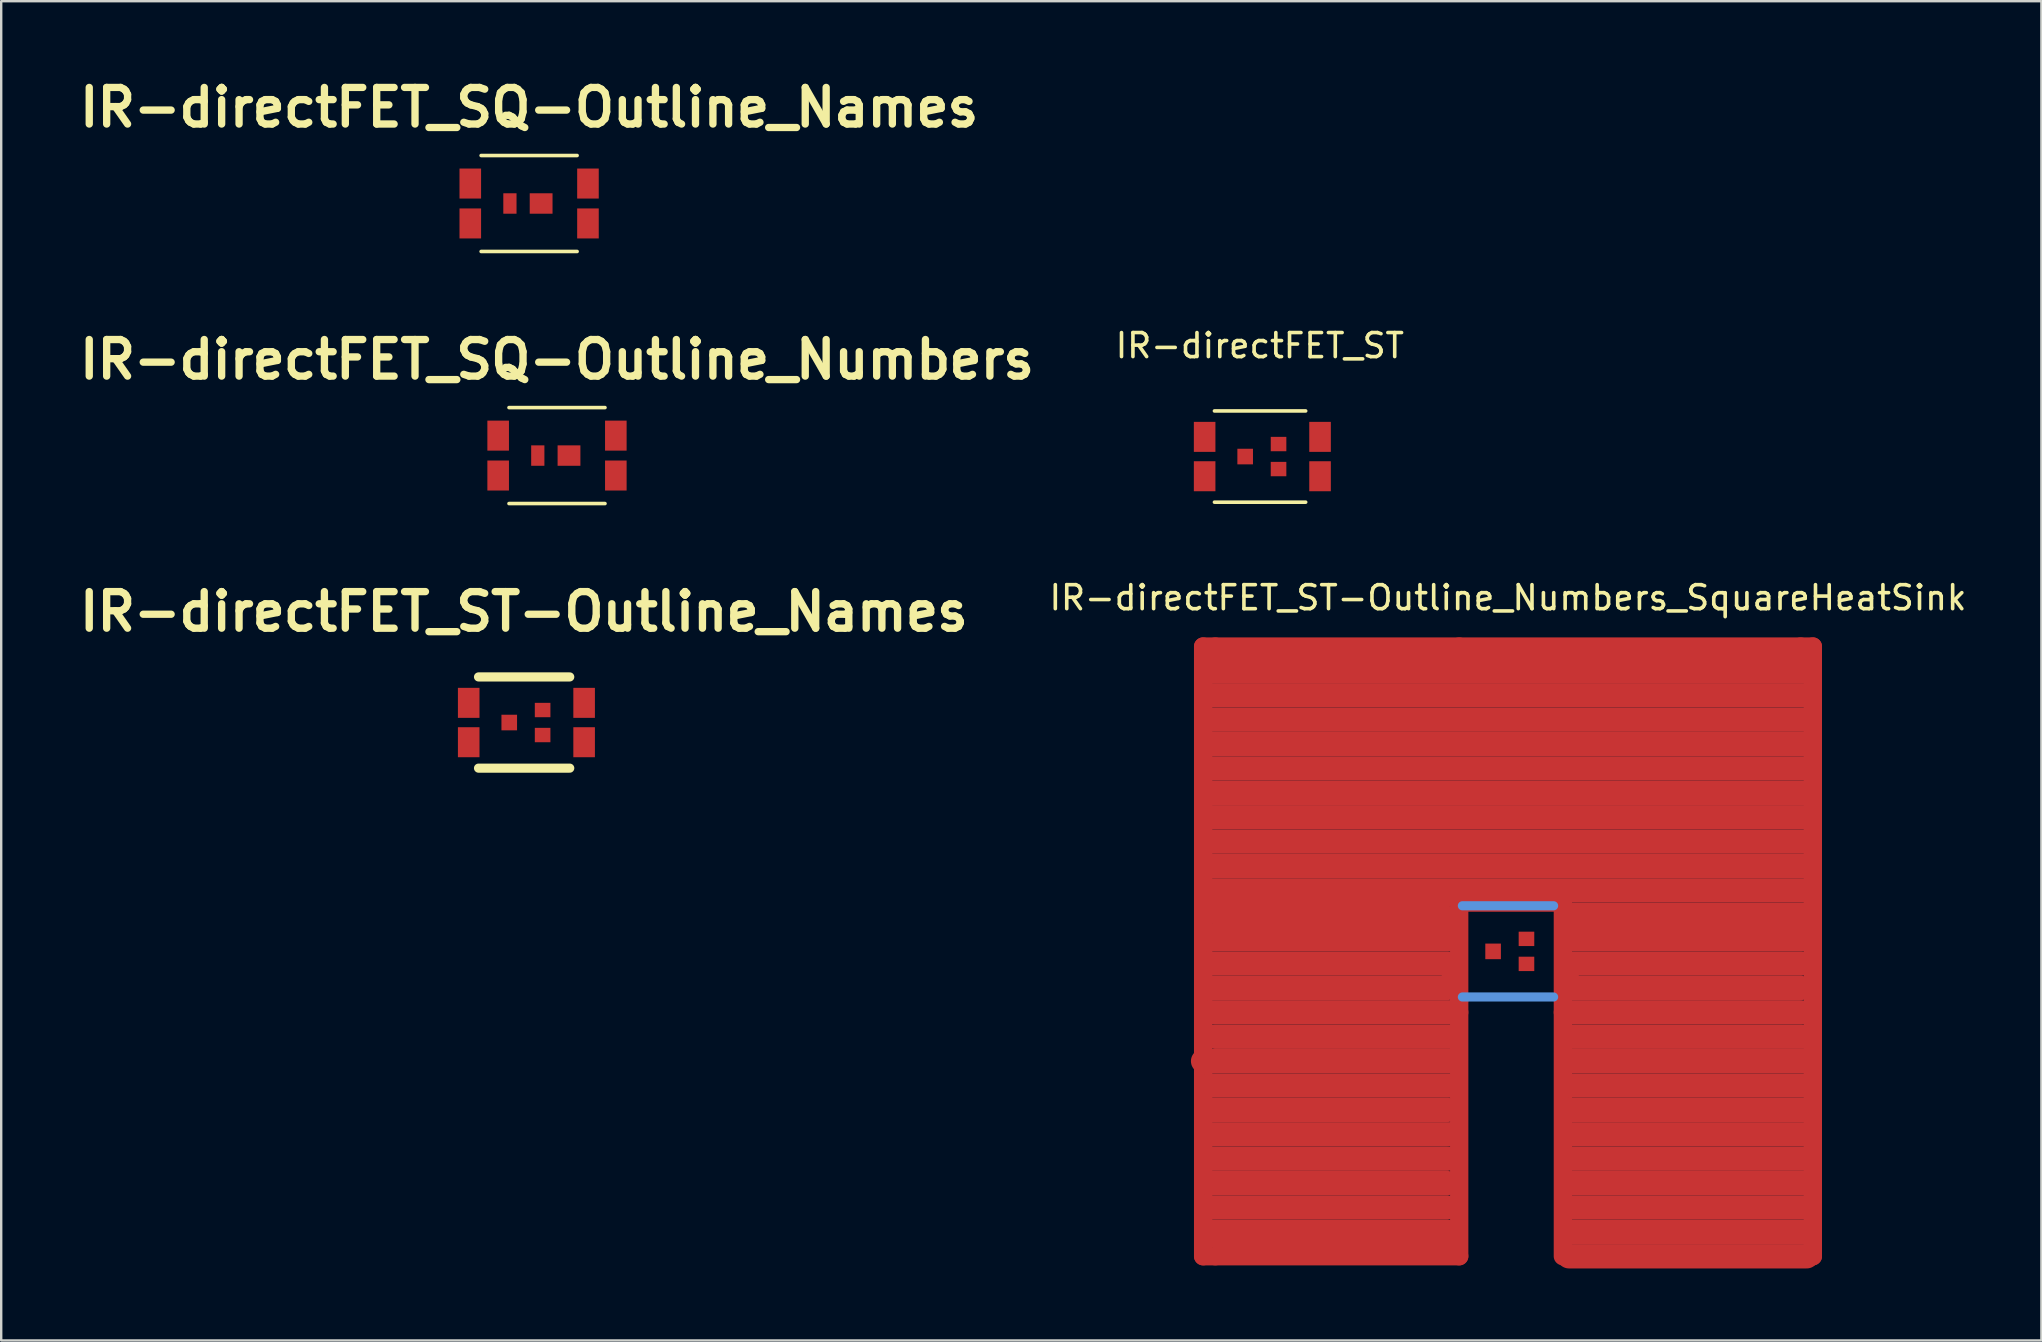
<source format=kicad_pcb>
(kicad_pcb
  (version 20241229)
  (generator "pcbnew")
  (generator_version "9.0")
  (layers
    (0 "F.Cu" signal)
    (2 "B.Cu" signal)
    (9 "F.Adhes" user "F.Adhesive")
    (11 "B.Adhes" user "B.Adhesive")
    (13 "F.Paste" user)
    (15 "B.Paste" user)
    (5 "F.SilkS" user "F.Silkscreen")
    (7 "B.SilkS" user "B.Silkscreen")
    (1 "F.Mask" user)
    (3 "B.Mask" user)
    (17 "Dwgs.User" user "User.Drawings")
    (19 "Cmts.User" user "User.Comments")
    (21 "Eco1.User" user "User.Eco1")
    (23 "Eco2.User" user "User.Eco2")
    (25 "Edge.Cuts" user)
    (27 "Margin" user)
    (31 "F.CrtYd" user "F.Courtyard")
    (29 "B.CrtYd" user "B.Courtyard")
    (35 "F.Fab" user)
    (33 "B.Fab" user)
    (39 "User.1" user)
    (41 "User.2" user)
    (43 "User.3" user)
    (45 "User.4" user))
  (footprint "IR-directFET_ST-Outline_Names"
    (layer "F.Cu")
    (at 18.784 27.049)
    (property "Reference" "IR-directFET_ST-Outline_Names" (at -0.01 -4.62 0) (layer "F.SilkS") (effects (font (size 1.524 1.524) (thickness 0.305))))
    (attr through_hole)
    (fp_line (start -1.9 -1.9) (end 1.9 -1.9) (stroke (width 0.381) (type solid)) (layer "F.SilkS"))
    (fp_line (start -1.9 1.9) (end 1.9 1.9) (stroke (width 0.381) (type solid)) (layer "F.SilkS"))
    (pad "D" smd rect (at -2.309 -0.82) (size 0.899 1.25) (layers "F.Cu" "F.Mask" "F.Paste"))
    (pad "D" smd rect (at -2.309 0.82) (size 0.899 1.25) (layers "F.Cu" "F.Mask" "F.Paste"))
    (pad "D" smd rect (at 2.499 -0.82) (size 0.899 1.25) (layers "F.Cu" "F.Mask" "F.Paste"))
    (pad "D" smd rect (at 2.499 0.82) (size 0.899 1.25) (layers "F.Cu" "F.Mask" "F.Paste"))
    (pad "G" smd rect (at -0.62 0) (size 0.65 0.65) (layers "F.Cu" "F.Mask" "F.Paste"))
    (pad "S" smd rect (at 0.77 -0.521) (size 0.65 0.599) (layers "F.Cu" "F.Mask" "F.Paste"))
    (pad "S" smd rect (at 0.77 0.521) (size 0.65 0.599) (layers "F.Cu" "F.Mask" "F.Paste")))
  (footprint "IR-directFET_SQ-Outline_Numbers"
    (layer "F.Cu")
    (at 20.153 15.928)
    (property "Reference" "IR-directFET_SQ-Outline_Numbers" (at 0 -4 0) (layer "F.SilkS") (effects (font (size 1.524 1.524) (thickness 0.305))))
    (attr through_hole)
    (fp_line (start -1.999 -1.999) (end 1.999 -1.999) (stroke (width 0.15) (type solid)) (layer "F.SilkS"))
    (fp_line (start 1.999 1.999) (end -1.999 1.999) (stroke (width 0.15) (type solid)) (layer "F.SilkS"))
    (pad "1" smd rect (at 2.451 -0.831) (size 0.899 1.25) (layers "F.Cu" "F.Mask" "F.Paste"))
    (pad "2" smd rect (at 2.451 0.831) (size 0.899 1.25) (layers "F.Cu" "F.Mask" "F.Paste"))
    (pad "3" smd rect (at 0.5 0) (size 0.95 0.851) (layers "F.Cu" "F.Mask" "F.Paste"))
    (pad "4" smd rect (at -0.8 0) (size 0.551 0.851) (layers "F.Cu" "F.Mask" "F.Paste"))
    (pad "5" smd rect (at -2.451 -0.831) (size 0.899 1.25) (layers "F.Cu" "F.Mask" "F.Paste"))
    (pad "6" smd rect (at -2.451 0.831) (size 0.899 1.25) (layers "F.Cu" "F.Mask" "F.Paste")))
  (footprint "IR-directFET_ST"
    (layer "F.Cu")
    (at 49.441 15.969)
    (property "Reference" "IR-directFET_ST" (at -0.01 -4.62 0) (layer "F.SilkS") (effects (font (size 1 1) (thickness 0.15))))
    (attr through_hole)
    (fp_line (start -1.9 -1.9) (end 1.9 -1.9) (stroke (width 0.15) (type solid)) (layer "F.SilkS"))
    (fp_line (start -1.9 1.9) (end 1.9 1.9) (stroke (width 0.15) (type solid)) (layer "F.SilkS"))
    (pad "1" smd rect (at 2.499 -0.82) (size 0.899 1.25) (layers "F.Cu" "F.Mask" "F.Paste"))
    (pad "3" smd rect (at 2.499 0.82) (size 0.899 1.25) (layers "F.Cu" "F.Mask" "F.Paste"))
    (pad "4" smd rect (at 0.77 -0.521) (size 0.65 0.599) (layers "F.Cu" "F.Mask" "F.Paste"))
    (pad "4" smd rect (at 0.77 0.521) (size 0.65 0.599) (layers "F.Cu" "F.Mask" "F.Paste"))
    (pad "5" smd rect (at -0.62 0) (size 0.65 0.65) (layers "F.Cu" "F.Mask" "F.Paste"))
    (pad "6" smd rect (at -2.309 -0.82) (size 0.899 1.25) (layers "F.Cu" "F.Mask" "F.Paste"))
    (pad "7" smd rect (at -2.309 0.82) (size 0.899 1.25) (layers "F.Cu" "F.Mask" "F.Paste")))
  (footprint "IR-directFET_SQ-Outline_Names"
    (layer "F.Cu")
    (at 18.992 5.427)
    (property "Reference" "IR-directFET_SQ-Outline_Names" (at 0 -4 0) (layer "F.SilkS") (effects (font (size 1.524 1.524) (thickness 0.305))))
    (attr through_hole)
    (fp_line (start -1.999 -1.999) (end 1.999 -1.999) (stroke (width 0.15) (type solid)) (layer "F.SilkS"))
    (fp_line (start 1.999 1.999) (end -1.999 1.999) (stroke (width 0.15) (type solid)) (layer "F.SilkS"))
    (pad "D" smd rect (at -2.451 -0.831) (size 0.899 1.25) (layers "F.Cu" "F.Mask" "F.Paste"))
    (pad "D" smd rect (at -2.451 0.831) (size 0.899 1.25) (layers "F.Cu" "F.Mask" "F.Paste"))
    (pad "D" smd rect (at 2.451 -0.831) (size 0.899 1.25) (layers "F.Cu" "F.Mask" "F.Paste"))
    (pad "D" smd rect (at 2.451 0.831) (size 0.899 1.25) (layers "F.Cu" "F.Mask" "F.Paste"))
    (pad "G" smd rect (at -0.8 0) (size 0.551 0.851) (layers "F.Cu" "F.Mask" "F.Paste"))
    (pad "S" smd rect (at 0.5 0) (size 0.95 0.851) (layers "F.Cu" "F.Mask" "F.Paste")))
  (footprint "IR-directFET_ST-Outline_Numbers_SquareHeatSink"
    (layer "F.Cu")
    (at 59.769 36.582)
    (property "Reference" "IR-directFET_ST-Outline_Numbers_SquareHeatSink" (at 0 -14.732 0) (layer "F.SilkS") (effects (font (size 1 1) (thickness 0.15))))
    (attr through_hole)
    (fp_line (start -12.7 -12.7) (end -12.7 -12.192) (stroke (width 0.762) (type solid)) (layer "F.Cu"))
    (fp_line (start -12.7 -12.192) (end -12.7 12.192) (stroke (width 0.762) (type solid)) (layer "F.Cu"))
    (fp_line (start -12.7 4.572) (end -2.286 4.572) (stroke (width 1.016) (type solid)) (layer "F.Cu"))
    (fp_line (start -12.7 12.192) (end -12.7 12.7) (stroke (width 0.762) (type solid)) (layer "F.Cu"))
    (fp_line (start -12.7 12.7) (end -12.192 12.7) (stroke (width 0.762) (type solid)) (layer "F.Cu"))
    (fp_line (start -12.446 -12.192) (end 12.446 -12.192) (stroke (width 0.381) (type solid)) (layer "F.Cu"))
    (fp_line (start -12.446 -11.684) (end 12.446 -11.684) (stroke (width 1.016) (type solid)) (layer "F.Cu"))
    (fp_line (start -12.446 -10.668) (end 12.446 -10.668) (stroke (width 1.016) (type solid)) (layer "F.Cu"))
    (fp_line (start -12.446 -9.652) (end 12.446 -9.652) (stroke (width 1.016) (type solid)) (layer "F.Cu"))
    (fp_line (start -12.446 -8.636) (end 12.446 -8.636) (stroke (width 1.016) (type solid)) (layer "F.Cu"))
    (fp_line (start -12.446 -7.62) (end 12.446 -7.62) (stroke (width 1.016) (type solid)) (layer "F.Cu"))
    (fp_line (start -12.446 -6.604) (end 12.446 -6.604) (stroke (width 1.016) (type solid)) (layer "F.Cu"))
    (fp_line (start -12.446 -5.588) (end 12.446 -5.588) (stroke (width 1.016) (type solid)) (layer "F.Cu"))
    (fp_line (start -12.446 -4.572) (end 12.446 -4.572) (stroke (width 1.016) (type solid)) (layer "F.Cu"))
    (fp_line (start -12.446 -3.556) (end 12.446 -3.556) (stroke (width 1.016) (type solid)) (layer "F.Cu"))
    (fp_line (start -12.446 -2.54) (end 12.446 -2.54) (stroke (width 1.016) (type solid)) (layer "F.Cu"))
    (fp_line (start -12.446 -2.032) (end -2.54 -2.032) (stroke (width 0.381) (type solid)) (layer "F.Cu"))
    (fp_line (start -12.446 -1.524) (end -2.54 -1.524) (stroke (width 0.762) (type solid)) (layer "F.Cu"))
    (fp_line (start -12.446 -0.508) (end -2.286 -0.508) (stroke (width 1.016) (type solid)) (layer "F.Cu"))
    (fp_line (start -12.446 0.508) (end -2.54 0.508) (stroke (width 1.016) (type solid)) (layer "F.Cu"))
    (fp_line (start -12.446 1.524) (end -2.54 1.524) (stroke (width 1.016) (type solid)) (layer "F.Cu"))
    (fp_line (start -12.446 2.54) (end -2.286 2.54) (stroke (width 1.016) (type solid)) (layer "F.Cu"))
    (fp_line (start -12.446 5.588) (end -2.286 5.588) (stroke (width 1.016) (type solid)) (layer "F.Cu"))
    (fp_line (start -12.446 6.604) (end -2.54 6.604) (stroke (width 1.016) (type solid)) (layer "F.Cu"))
    (fp_line (start -12.446 7.62) (end -2.286 7.62) (stroke (width 1.016) (type solid)) (layer "F.Cu"))
    (fp_line (start -12.446 8.636) (end -2.54 8.636) (stroke (width 1.016) (type solid)) (layer "F.Cu"))
    (fp_line (start -12.446 9.652) (end -2.54 9.652) (stroke (width 1.016) (type solid)) (layer "F.Cu"))
    (fp_line (start -12.446 10.668) (end -2.54 10.668) (stroke (width 1.016) (type solid)) (layer "F.Cu"))
    (fp_line (start -12.446 11.684) (end -2.54 11.684) (stroke (width 1.016) (type solid)) (layer "F.Cu"))
    (fp_line (start -12.192 -12.7) (end -12.7 -12.7) (stroke (width 0.762) (type solid)) (layer "F.Cu"))
    (fp_line (start -12.192 -1.016) (end -2.286 -1.016) (stroke (width 0.381) (type solid)) (layer "F.Cu"))
    (fp_line (start -12.192 3.556) (end -2.286 3.556) (stroke (width 1.016) (type solid)) (layer "F.Cu"))
    (fp_line (start -12.192 12.192) (end -2.286 12.446) (stroke (width 0.381) (type solid)) (layer "F.Cu"))
    (fp_line (start -12.192 12.7) (end -2.032 12.7) (stroke (width 0.762) (type solid)) (layer "F.Cu"))
    (fp_line (start -4.826 12.192) (end -5.08 12.7) (stroke (width 0.381) (type solid)) (layer "F.Cu"))
    (fp_line (start -2.286 12.192) (end -4.826 12.192) (stroke (width 0.381) (type solid)) (layer "F.Cu"))
    (fp_line (start -2.032 -12.7) (end -12.192 -12.7) (stroke (width 0.762) (type solid)) (layer "F.Cu"))
    (fp_line (start -2.032 -2.032) (end 2.032 -2.032) (stroke (width 0.762) (type solid)) (layer "F.Cu"))
    (fp_line (start -2.032 2.032) (end -2.032 -2.032) (stroke (width 0.762) (type solid)) (layer "F.Cu"))
    (fp_line (start -2.032 2.54) (end -2.032 2.032) (stroke (width 0.762) (type solid)) (layer "F.Cu"))
    (fp_line (start -2.032 2.54) (end -2.032 12.7) (stroke (width 0.762) (type solid)) (layer "F.Cu"))
    (fp_line (start 2.286 -2.032) (end 2.286 2.54) (stroke (width 0.762) (type solid)) (layer "F.Cu"))
    (fp_line (start 2.286 2.54) (end 2.286 12.7) (stroke (width 0.762) (type solid)) (layer "F.Cu"))
    (fp_line (start 2.54 -1.524) (end 12.446 -1.524) (stroke (width 1.016) (type solid)) (layer "F.Cu"))
    (fp_line (start 2.54 -0.508) (end 12.446 -0.508) (stroke (width 1.016) (type solid)) (layer "F.Cu"))
    (fp_line (start 2.54 0.508) (end 12.192 0.508) (stroke (width 1.016) (type solid)) (layer "F.Cu"))
    (fp_line (start 2.54 1.524) (end 12.192 1.524) (stroke (width 1.016) (type solid)) (layer "F.Cu"))
    (fp_line (start 2.54 2.54) (end 12.192 2.54) (stroke (width 1.016) (type solid)) (layer "F.Cu"))
    (fp_line (start 2.54 3.556) (end 12.446 3.556) (stroke (width 1.016) (type solid)) (layer "F.Cu"))
    (fp_line (start 2.54 4.572) (end 12.446 4.572) (stroke (width 1.016) (type solid)) (layer "F.Cu"))
    (fp_line (start 2.54 5.588) (end 12.446 5.588) (stroke (width 1.016) (type solid)) (layer "F.Cu"))
    (fp_line (start 2.54 6.604) (end 12.446 6.604) (stroke (width 1.016) (type solid)) (layer "F.Cu"))
    (fp_line (start 2.54 7.62) (end 12.446 7.62) (stroke (width 1.016) (type solid)) (layer "F.Cu"))
    (fp_line (start 2.54 8.636) (end 12.446 8.636) (stroke (width 1.016) (type solid)) (layer "F.Cu"))
    (fp_line (start 2.54 9.652) (end 12.446 9.652) (stroke (width 1.016) (type solid)) (layer "F.Cu"))
    (fp_line (start 2.54 10.668) (end 12.446 10.668) (stroke (width 1.016) (type solid)) (layer "F.Cu"))
    (fp_line (start 2.54 11.684) (end 12.446 11.684) (stroke (width 1.016) (type solid)) (layer "F.Cu"))
    (fp_line (start 12.192 -12.7) (end -2.032 -12.7) (stroke (width 0.762) (type solid)) (layer "F.Cu"))
    (fp_line (start 12.192 -12.7) (end 12.7 -12.7) (stroke (width 0.762) (type solid)) (layer "F.Cu"))
    (fp_line (start 12.192 12.7) (end 12.7 12.7) (stroke (width 0.762) (type solid)) (layer "F.Cu"))
    (fp_line (start 12.446 12.7) (end 2.54 12.7) (stroke (width 1.016) (type solid)) (layer "F.Cu"))
    (fp_line (start 12.7 -12.7) (end 12.7 -12.192) (stroke (width 0.762) (type solid)) (layer "F.Cu"))
    (fp_line (start 12.7 12.192) (end 12.7 -12.192) (stroke (width 0.762) (type solid)) (layer "F.Cu"))
    (fp_line (start 12.7 12.7) (end 12.7 12.192) (stroke (width 0.762) (type solid)) (layer "F.Cu"))
    (fp_line (start -1.9 -1.9) (end 1.9 -1.9) (stroke (width 0.381) (type solid)) (layer "Cmts.User"))
    (fp_line (start -1.9 1.9) (end 1.9 1.9) (stroke (width 0.381) (type solid)) (layer "Cmts.User"))
    (pad "1" smd rect (at 2.499 -0.82) (size 0.899 1.25) (layers "F.Cu" "F.Mask" "F.Paste"))
    (pad "3" smd rect (at 2.499 0.82) (size 0.899 1.25) (layers "F.Cu" "F.Mask" "F.Paste"))
    (pad "4" smd rect (at 0.77 -0.521) (size 0.65 0.599) (layers "F.Cu" "F.Mask" "F.Paste"))
    (pad "4" smd rect (at 0.77 0.521) (size 0.65 0.599) (layers "F.Cu" "F.Mask" "F.Paste"))
    (pad "5" smd rect (at -0.62 0) (size 0.65 0.65) (layers "F.Cu" "F.Mask" "F.Paste"))
    (pad "6" smd rect (at -2.309 -0.82) (size 0.899 1.25) (layers "F.Cu" "F.Mask" "F.Paste"))
    (pad "7" smd rect (at -2.309 0.82) (size 0.899 1.25) (layers "F.Cu" "F.Mask" "F.Paste")))
  (gr_rect
    (start -3 -3)
    (end 81.989 52.79)
    (stroke (width 0.1) (type default))
    (fill no)
    (layer "Edge.Cuts")))
</source>
